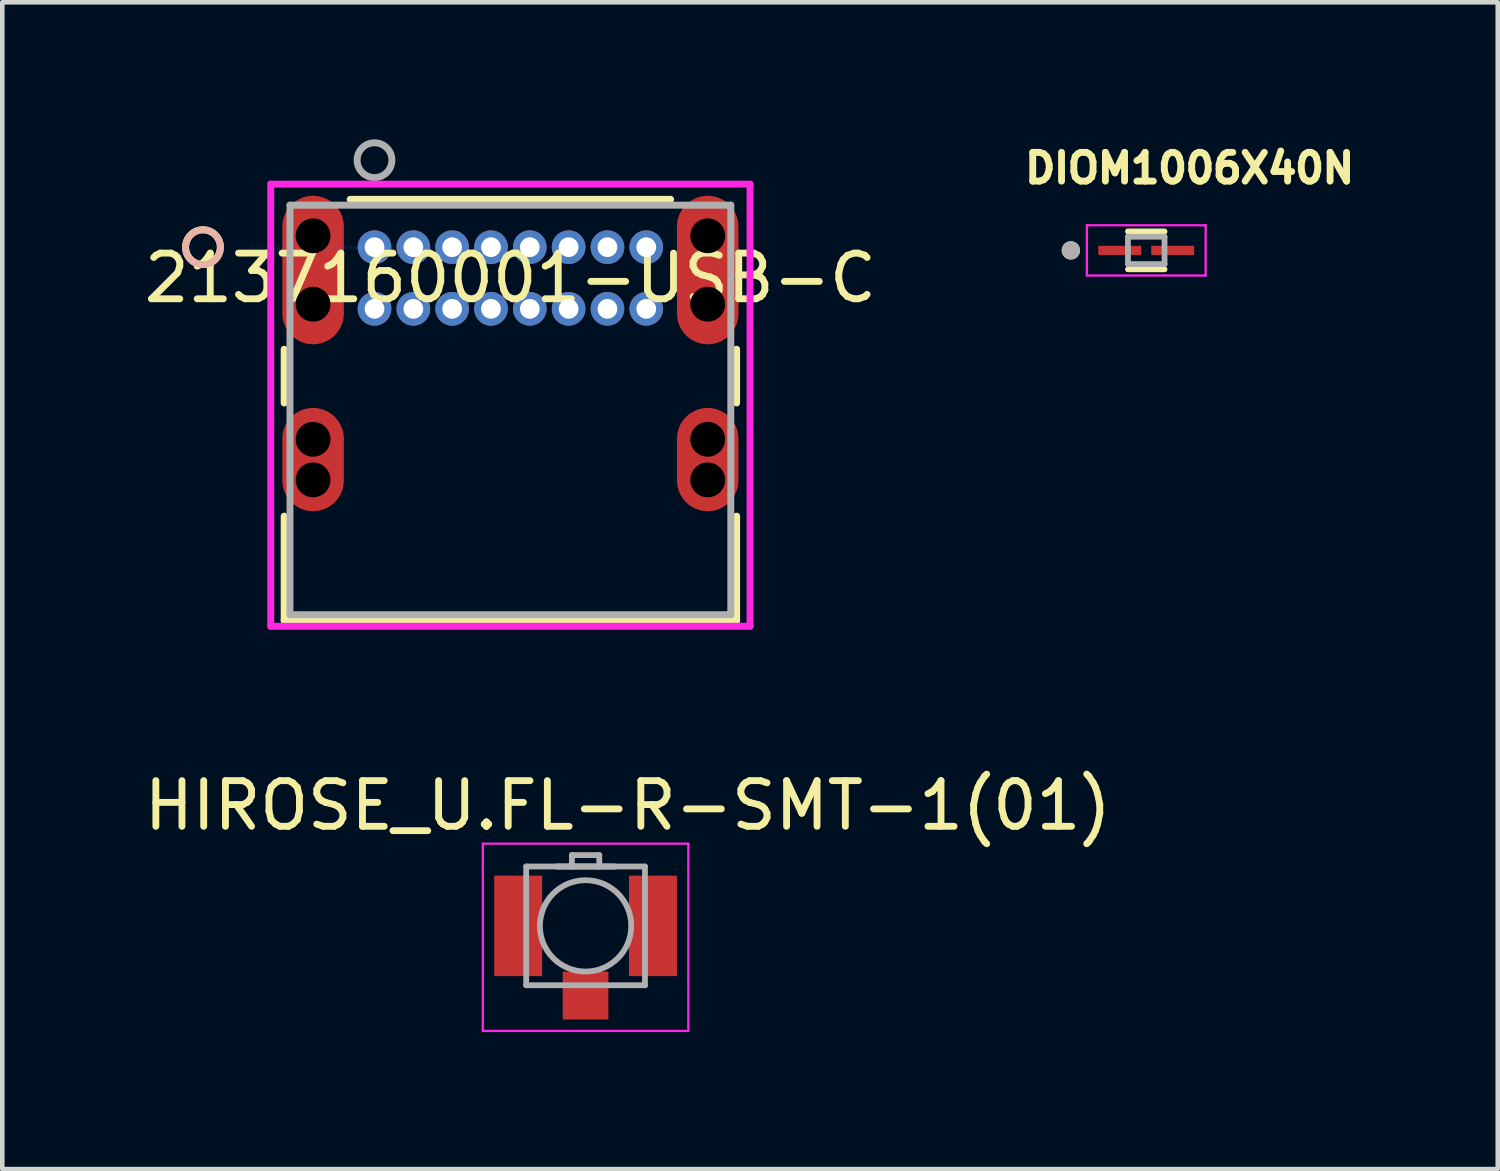
<source format=kicad_pcb>
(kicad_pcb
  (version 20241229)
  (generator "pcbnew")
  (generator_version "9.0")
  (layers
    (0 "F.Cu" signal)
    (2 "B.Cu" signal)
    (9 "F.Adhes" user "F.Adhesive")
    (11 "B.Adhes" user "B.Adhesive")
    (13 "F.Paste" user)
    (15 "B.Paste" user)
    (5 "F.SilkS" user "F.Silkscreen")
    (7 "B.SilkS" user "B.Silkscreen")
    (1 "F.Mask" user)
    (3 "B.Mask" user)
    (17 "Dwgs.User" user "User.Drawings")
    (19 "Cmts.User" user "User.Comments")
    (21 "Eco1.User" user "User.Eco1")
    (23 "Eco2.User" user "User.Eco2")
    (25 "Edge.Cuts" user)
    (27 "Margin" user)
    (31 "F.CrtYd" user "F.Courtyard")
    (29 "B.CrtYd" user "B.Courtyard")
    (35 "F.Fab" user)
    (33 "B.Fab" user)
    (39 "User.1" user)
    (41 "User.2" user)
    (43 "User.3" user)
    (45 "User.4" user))
  (footprint "2137160001-USB-C"
    (layer "F.Cu")
    (at 5.15 2.362)
    (property "Reference" "2137160001-USB-C" (at 2.975 0.675 0) (layer "F.SilkS") (effects (font (size 1 1) (thickness 0.15))))
    (attr through_hole)
    (fp_line (start -1.978 2.234) (end -1.978 3.411) (stroke (width 0.152) (type solid)) (layer "F.SilkS"))
    (fp_line (start -1.978 5.889) (end -1.978 8.173) (stroke (width 0.152) (type solid)) (layer "F.SilkS"))
    (fp_line (start -1.978 8.173) (end 7.928 8.173) (stroke (width 0.152) (type solid)) (layer "F.SilkS"))
    (fp_line (start 6.484 -1.047) (end -0.534 -1.047) (stroke (width 0.152) (type solid)) (layer "F.SilkS"))
    (fp_line (start 7.928 3.411) (end 7.928 2.234) (stroke (width 0.152) (type solid)) (layer "F.SilkS"))
    (fp_line (start 7.928 8.173) (end 7.928 5.889) (stroke (width 0.152) (type solid)) (layer "F.SilkS"))
    (fp_circle (center -3.756 0) (end -3.375 0) (stroke (width 0.152) (type solid)) (fill no) (layer "F.SilkS"))
    (fp_circle (center -3.756 0) (end -3.375 0) (stroke (width 0.152) (type solid)) (fill no) (layer "B.SilkS"))
    (fp_line (start -2.272 -1.38) (end -2.272 8.3) (stroke (width 0.152) (type solid)) (layer "F.CrtYd"))
    (fp_line (start -2.272 8.3) (end 8.222 8.3) (stroke (width 0.152) (type solid)) (layer "F.CrtYd"))
    (fp_line (start 8.222 -1.38) (end -2.272 -1.38) (stroke (width 0.152) (type solid)) (layer "F.CrtYd"))
    (fp_line (start 8.222 8.3) (end 8.222 -1.38) (stroke (width 0.152) (type solid)) (layer "F.CrtYd"))
    (fp_line (start -1.851 -0.92) (end -1.851 8.046) (stroke (width 0.152) (type solid)) (layer "F.Fab"))
    (fp_line (start -1.851 8.046) (end 7.801 8.046) (stroke (width 0.152) (type solid)) (layer "F.Fab"))
    (fp_line (start 7.801 -0.92) (end -1.851 -0.92) (stroke (width 0.152) (type solid)) (layer "F.Fab"))
    (fp_line (start 7.801 8.046) (end 7.801 -0.92) (stroke (width 0.152) (type solid)) (layer "F.Fab"))
    (fp_circle (center 0 -1.905) (end 0.381 -1.905) (stroke (width 0.152) (type solid)) (fill no) (layer "F.Fab"))
    (fp_text user "Copyright 2016 Accelerated Designs. All rights reserved." (at 0 0 0) (layer "Cmts.User") (effects (font (size 0.127 0.127) (thickness 0.002))))
    (pad "" np_thru_hole circle (at -1.345 4.206) (size 0.762 0.762) (drill 0.762) (layers))
    (pad "" np_thru_hole circle (at -1.345 5.095) (size 0.762 0.762) (drill 0.762) (layers))
    (pad "" np_thru_hole circle (at -1.345 -0.249) (size 0.762 0.762) (drill 0.762) (layers))
    (pad "" np_thru_hole circle (at -1.345 1.249) (size 0.762 0.762) (drill 0.762) (layers))
    (pad "" np_thru_hole circle (at 7.295 -0.249) (size 0.762 0.762) (drill 0.762) (layers))
    (pad "" np_thru_hole circle (at 7.295 1.249) (size 0.762 0.762) (drill 0.762) (layers))
    (pad "" np_thru_hole circle (at 7.295 4.206) (size 0.762 0.762) (drill 0.762) (layers))
    (pad "" np_thru_hole circle (at 7.295 5.095) (size 0.762 0.762) (drill 0.762) (layers))
    (pad "17" smd oval (at -1.345 0.5) (size 1.346 3.251) (layers "F.Cu" "F.Mask" "F.Paste"))
    (pad "18" smd oval (at 7.295 0.5) (size 1.346 3.251) (layers "F.Cu" "F.Mask" "F.Paste"))
    (pad "19" smd oval (at -1.345 4.65) (size 1.346 2.261) (layers "F.Cu" "F.Mask" "F.Paste"))
    (pad "20" smd oval (at 7.295 4.65) (size 1.346 2.261) (layers "F.Cu" "F.Mask" "F.Paste"))
    (pad "A1" thru_hole circle (at 0 0) (size 0.737 0.737) (drill 0.432) (layers "*.Cu" "*.Mask"))
    (pad "A4" thru_hole circle (at 0.85 0) (size 0.737 0.737) (drill 0.432) (layers "*.Cu" "*.Mask"))
    (pad "A5" thru_hole circle (at 1.7 0) (size 0.737 0.737) (drill 0.432) (layers "*.Cu" "*.Mask"))
    (pad "A6" thru_hole circle (at 2.55 0) (size 0.737 0.737) (drill 0.432) (layers "*.Cu" "*.Mask"))
    (pad "A7" thru_hole circle (at 3.4 0) (size 0.737 0.737) (drill 0.432) (layers "*.Cu" "*.Mask"))
    (pad "A8" thru_hole circle (at 4.25 0) (size 0.737 0.737) (drill 0.432) (layers "*.Cu" "*.Mask"))
    (pad "A9" thru_hole circle (at 5.1 0) (size 0.737 0.737) (drill 0.432) (layers "*.Cu" "*.Mask"))
    (pad "A12" thru_hole circle (at 5.95 0) (size 0.737 0.737) (drill 0.432) (layers "*.Cu" "*.Mask"))
    (pad "B1" thru_hole circle (at 5.95 1.35) (size 0.737 0.737) (drill 0.432) (layers "*.Cu" "*.Mask"))
    (pad "B4" thru_hole circle (at 5.1 1.35) (size 0.737 0.737) (drill 0.432) (layers "*.Cu" "*.Mask"))
    (pad "B5" thru_hole circle (at 4.25 1.35) (size 0.737 0.737) (drill 0.432) (layers "*.Cu" "*.Mask"))
    (pad "B6" thru_hole circle (at 3.4 1.35) (size 0.737 0.737) (drill 0.432) (layers "*.Cu" "*.Mask"))
    (pad "B7" thru_hole circle (at 2.55 1.35) (size 0.737 0.737) (drill 0.432) (layers "*.Cu" "*.Mask"))
    (pad "B8" thru_hole circle (at 1.7 1.35) (size 0.737 0.737) (drill 0.432) (layers "*.Cu" "*.Mask"))
    (pad "B9" thru_hole circle (at 0.85 1.35) (size 0.737 0.737) (drill 0.432) (layers "*.Cu" "*.Mask"))
    (pad "B12" thru_hole circle (at 0 1.35) (size 0.737 0.737) (drill 0.432) (layers "*.Cu" "*.Mask")))
  (footprint "DIOM1006X40N"
    (layer "F.Cu")
    (at 22.047 2.432)
    (property "Reference" "DIOM1006X40N" (at 0.95 -1.8 0) (layer "F.SilkS") (effects (font (size 0.63 0.63) (thickness 0.15))))
    (attr through_hole)
    (fp_line (start -0.4 -0.415) (end 0.4 -0.415) (stroke (width 0.127) (type solid)) (layer "F.SilkS"))
    (fp_line (start 0.4 0.415) (end -0.4 0.415) (stroke (width 0.127) (type solid)) (layer "F.SilkS"))
    (fp_circle (center -1.651 0) (end -1.551 0) (stroke (width 0.2) (type solid)) (fill no) (layer "F.SilkS"))
    (fp_line (start -1.3 -0.55) (end -1.3 0.55) (stroke (width 0.05) (type solid)) (layer "F.CrtYd"))
    (fp_line (start -1.3 0.55) (end 1.3 0.55) (stroke (width 0.05) (type solid)) (layer "F.CrtYd"))
    (fp_line (start 1.3 -0.55) (end -1.3 -0.55) (stroke (width 0.05) (type solid)) (layer "F.CrtYd"))
    (fp_line (start 1.3 0.55) (end 1.3 -0.55) (stroke (width 0.05) (type solid)) (layer "F.CrtYd"))
    (fp_line (start -0.4 -0.3) (end 0.4 -0.3) (stroke (width 0.127) (type solid)) (layer "F.Fab"))
    (fp_line (start -0.4 0.3) (end -0.4 -0.3) (stroke (width 0.127) (type solid)) (layer "F.Fab"))
    (fp_line (start 0.4 -0.3) (end 0.4 0.3) (stroke (width 0.127) (type solid)) (layer "F.Fab"))
    (fp_line (start 0.4 0.3) (end -0.4 0.3) (stroke (width 0.127) (type solid)) (layer "F.Fab"))
    (fp_circle (center -1.651 0) (end -1.551 0) (stroke (width 0.2) (type solid)) (fill no) (layer "F.Fab"))
    (pad "A" smd rect (at 0.58 0) (size 0.94 0.2) (layers "F.Cu" "F.Mask" "F.Paste"))
    (pad "C" smd rect (at -0.58 0) (size 0.94 0.2) (layers "F.Cu" "F.Mask" "F.Paste")))
  (footprint "HIROSE_U.FL-R-SMT-1(01)"
    (layer "F.Cu")
    (at 9.771 17.222)
    (property "Reference" "HIROSE_U.FL-R-SMT-1(01)" (at 0.925 -2.635 0) (layer "F.SilkS") (effects (font (size 1 1) (thickness 0.15))))
    (attr through_hole)
    (fp_line (start -0.63 -1.3) (end 0.63 -1.3) (stroke (width 0.127) (type solid)) (layer "F.SilkS"))
    (fp_poly (pts (xy -1.95 -1) (xy -1.05 -1) (xy -1.05 1) (xy -1.95 1)) (stroke (width 0.01) (type solid)) (fill yes) (layer "F.Paste"))
    (fp_poly (pts (xy -0.4 1.1) (xy 0.4 1.1) (xy 0.4 1.95) (xy -0.4 1.95)) (stroke (width 0.01) (type solid)) (fill yes) (layer "F.Paste"))
    (fp_poly (pts (xy 1.05 -1) (xy 1.95 -1) (xy 1.95 1) (xy 1.05 1)) (stroke (width 0.01) (type solid)) (fill yes) (layer "F.Paste"))
    (fp_line (start -2.25 -1.8) (end 2.25 -1.8) (stroke (width 0.05) (type solid)) (layer "F.CrtYd"))
    (fp_line (start -2.25 2.3) (end -2.25 -1.8) (stroke (width 0.05) (type solid)) (layer "F.CrtYd"))
    (fp_line (start 2.25 -1.8) (end 2.25 2.3) (stroke (width 0.05) (type solid)) (layer "F.CrtYd"))
    (fp_line (start 2.25 2.3) (end -2.25 2.3) (stroke (width 0.05) (type solid)) (layer "F.CrtYd"))
    (fp_line (start -1.3 -1.3) (end -0.3 -1.3) (stroke (width 0.127) (type solid)) (layer "F.Fab"))
    (fp_line (start -1.3 1.3) (end -1.3 -1.3) (stroke (width 0.127) (type solid)) (layer "F.Fab"))
    (fp_line (start -0.3 -1.55) (end 0.3 -1.55) (stroke (width 0.127) (type solid)) (layer "F.Fab"))
    (fp_line (start -0.3 -1.3) (end -0.3 -1.55) (stroke (width 0.127) (type solid)) (layer "F.Fab"))
    (fp_line (start -0.3 -1.3) (end 0.3 -1.3) (stroke (width 0.127) (type solid)) (layer "F.Fab"))
    (fp_line (start 0.3 -1.55) (end 0.3 -1.3) (stroke (width 0.127) (type solid)) (layer "F.Fab"))
    (fp_line (start 0.3 -1.3) (end 1.3 -1.3) (stroke (width 0.127) (type solid)) (layer "F.Fab"))
    (fp_line (start 1.3 -1.3) (end 1.3 1.3) (stroke (width 0.127) (type solid)) (layer "F.Fab"))
    (fp_line (start 1.3 1.3) (end -1.3 1.3) (stroke (width 0.127) (type solid)) (layer "F.Fab"))
    (fp_circle (center 0 0) (end 1 0) (stroke (width 0.127) (type solid)) (fill no) (layer "F.Fab"))
    (pad "G1" smd rect (at -1.475 0) (size 1.05 2.2) (layers "F.Cu" "F.Mask"))
    (pad "G2" smd rect (at 1.475 0) (size 1.05 2.2) (layers "F.Cu" "F.Mask"))
    (pad "SIG" smd rect (at 0 1.525) (size 1 1.05) (layers "F.Cu" "F.Mask"))
    (zone (net_name "") (layer "F.Cu") (hatch full 0.508) (connect_pads) (min_thickness 0.01) (filled_areas_thickness no) (keepout (tracks not_allowed) (vias not_allowed) (pads not_allowed) (copperpour not_allowed) (footprints allowed)) (placement (enabled no)) (fill) (polygon (pts (xy 8.821 16.122) (xy 8.821 18.322) (xy 9.271 18.322) (xy 9.271 18.222) (xy 10.271 18.222) (xy 10.271 18.322) (xy 10.721 18.322) (xy 10.721 16.122))))
    (zone (net_name "") (layers "F.Cu" "B.Cu") (hatch full 0.508) (connect_pads) (min_thickness 0.01) (filled_areas_thickness no) (keepout (tracks allowed) (vias not_allowed) (pads allowed) (copperpour allowed) (footprints allowed)) (placement (enabled no)) (fill) (polygon (pts (xy 8.821 16.122) (xy 8.821 18.322) (xy 9.271 18.322) (xy 9.271 18.222) (xy 10.271 18.222) (xy 10.271 18.322) (xy 10.721 18.322) (xy 10.721 16.122)))))
  (gr_rect
    (start -3 -3)
    (end 29.743 22.547)
    (stroke (width 0.1) (type default))
    (fill no)
    (layer "Edge.Cuts")))
</source>
